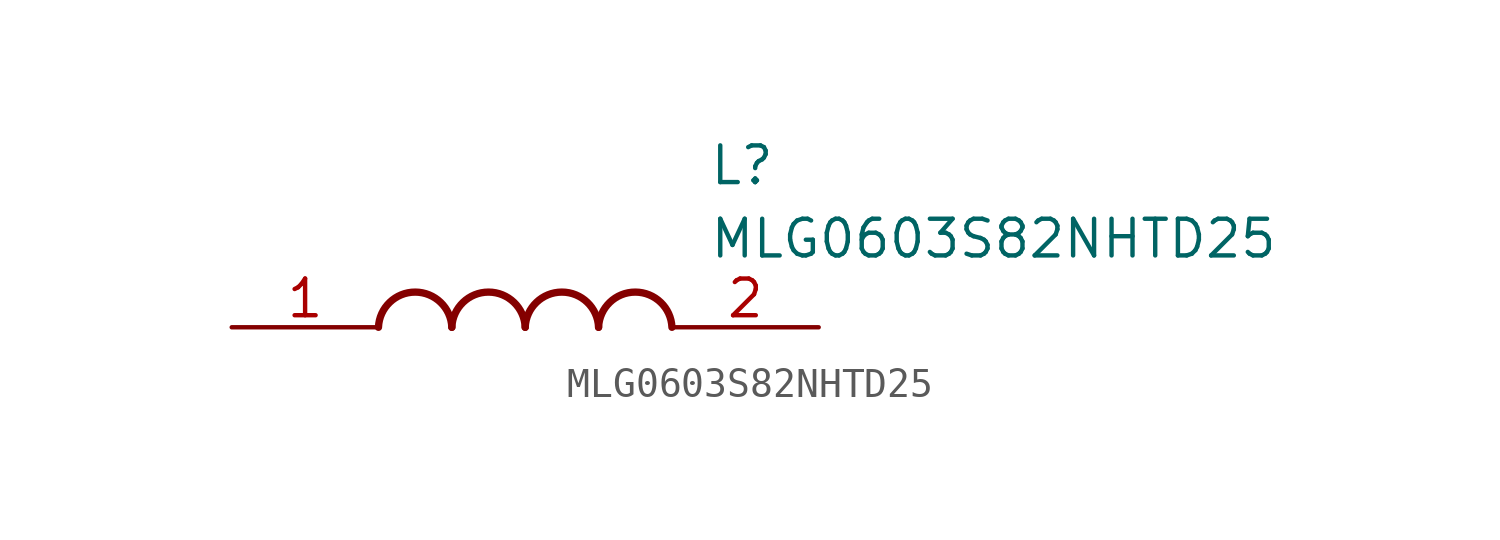
<source format=kicad_sym>
(kicad_symbol_lib
  (version 20211014)
  (generator SamacSys_ECAD_Model)
  (symbol "MLG0603S82NHTD25"
    (pin_names hide)
    (property "Reference" "L"
      (at 16.51 6.35 0)
      (effects (font (size 1.27 1.27)) (justify left top)))
    (property "Value" "MLG0603S82NHTD25"
      (at 16.51 3.81 0)
      (effects (font (size 1.27 1.27)) (justify left top)))
    (arc
      (start 7.62 0)
      (mid 6.35 1.219)
      (end 5.08 0)
      (stroke (width 0.254) (type default))
      (fill (type none)))
    (arc
      (start 10.16 0)
      (mid 8.89 1.219)
      (end 7.62 0)
      (stroke (width 0.254) (type default))
      (fill (type none)))
    (arc
      (start 12.7 0)
      (mid 11.43 1.219)
      (end 10.16 0)
      (stroke (width 0.254) (type default))
      (fill (type none)))
    (arc
      (start 15.24 0)
      (mid 13.97 1.219)
      (end 12.7 0)
      (stroke (width 0.254) (type default))
      (fill (type none)))
    (pin passive line
      (at 0 0 0)
      (length 5.08)
      (name "1" (effects (font (size 1.27 1.27))))
      (number "1" (effects (font (size 1.27 1.27)))))
    (pin passive line
      (at 20.32 0 180)
      (length 5.08)
      (name "2" (effects (font (size 1.27 1.27))))
      (number "2" (effects (font (size 1.27 1.27)))))))
</source>
